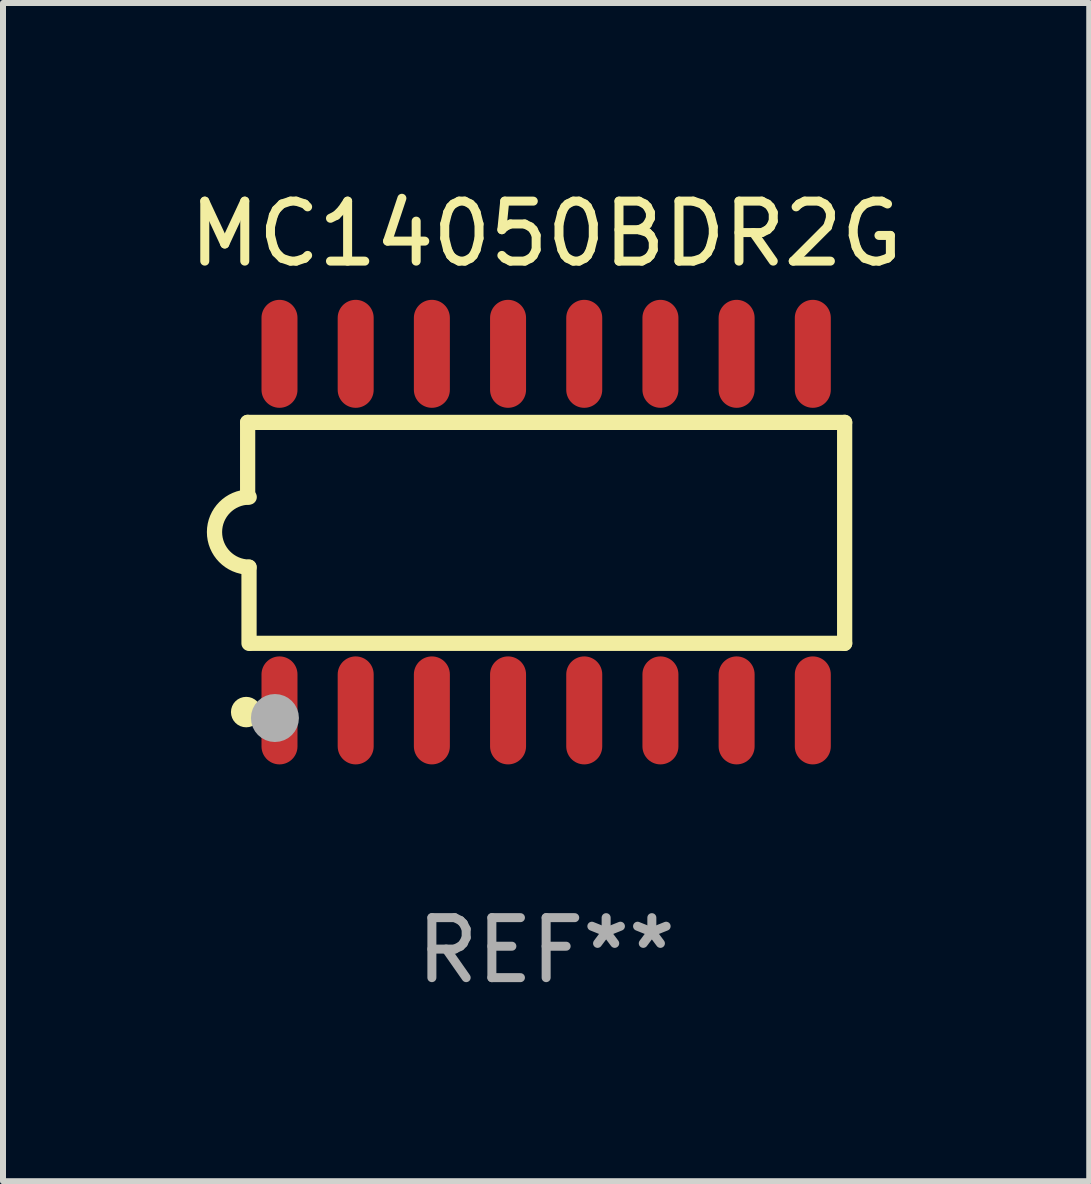
<source format=kicad_pcb>
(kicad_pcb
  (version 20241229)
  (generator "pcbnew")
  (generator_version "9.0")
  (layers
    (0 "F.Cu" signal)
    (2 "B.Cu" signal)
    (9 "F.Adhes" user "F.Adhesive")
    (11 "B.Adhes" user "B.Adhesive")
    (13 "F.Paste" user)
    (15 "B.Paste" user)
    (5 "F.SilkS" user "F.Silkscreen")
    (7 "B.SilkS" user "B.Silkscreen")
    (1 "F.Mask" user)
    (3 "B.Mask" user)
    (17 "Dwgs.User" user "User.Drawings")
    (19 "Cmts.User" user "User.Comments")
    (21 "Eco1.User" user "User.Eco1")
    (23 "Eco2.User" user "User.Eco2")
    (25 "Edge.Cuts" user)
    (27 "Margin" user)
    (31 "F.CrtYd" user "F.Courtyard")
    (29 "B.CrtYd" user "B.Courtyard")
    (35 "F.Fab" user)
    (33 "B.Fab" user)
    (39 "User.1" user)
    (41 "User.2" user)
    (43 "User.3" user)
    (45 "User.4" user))
  (footprint "MC14050BDR2G"
    (layer "F.Cu")
    (at 6.054 5.82)
    (property "Reference" "MC14050BDR2G" (at 0 -4.972 0) (layer "F.SilkS") (effects (font (size 1 1) (thickness 0.15))))
    (attr through_hole)
    (fp_line (start -4.976 -1.829) (end -4.976 -0.584) (stroke (width 0.254) (type solid)) (layer "F.SilkS"))
    (fp_line (start -4.953 0.584) (end -4.953 1.854) (stroke (width 0.254) (type solid)) (layer "F.SilkS"))
    (fp_line (start -4.928 1.854) (end 4.976 1.854) (stroke (width 0.254) (type solid)) (layer "F.SilkS"))
    (fp_line (start 4.976 -1.829) (end -4.976 -1.829) (stroke (width 0.254) (type solid)) (layer "F.SilkS"))
    (fp_line (start 4.976 1.854) (end 4.976 -1.829) (stroke (width 0.254) (type solid)) (layer "F.SilkS"))
    (fp_arc (start -4.95301 0.584201) (mid -5.533866 -0.00152) (end -4.950088 -0.584329) (stroke (width 0.254001) (type solid)) (layer "F.SilkS"))
    (fp_circle (center -5 3) (end -4.873 3) (stroke (width 0.254) (type solid)) (fill no) (layer "F.SilkS"))
    (fp_circle (center -4.521 3.099) (end -4.321 3.099) (stroke (width 0.4) (type solid)) (fill no) (layer "F.Fab"))
    (fp_text user "REF**" (at 0 6.972 0) (layer "F.Fab") (effects (font (size 1 1) (thickness 0.15))))
    (pad "1" smd oval (at -4.445 2.972 180) (size 0.6 1.8) (layers "F.Cu" "F.Mask" "F.Paste"))
    (pad "2" smd oval (at -3.175 2.972 180) (size 0.6 1.8) (layers "F.Cu" "F.Mask" "F.Paste"))
    (pad "3" smd oval (at -1.905 2.972 180) (size 0.6 1.8) (layers "F.Cu" "F.Mask" "F.Paste"))
    (pad "4" smd oval (at -0.635 2.972 180) (size 0.6 1.8) (layers "F.Cu" "F.Mask" "F.Paste"))
    (pad "5" smd oval (at 0.635 2.972 180) (size 0.6 1.8) (layers "F.Cu" "F.Mask" "F.Paste"))
    (pad "6" smd oval (at 1.905 2.972 180) (size 0.6 1.8) (layers "F.Cu" "F.Mask" "F.Paste"))
    (pad "7" smd oval (at 3.175 2.972 180) (size 0.6 1.8) (layers "F.Cu" "F.Mask" "F.Paste"))
    (pad "8" smd oval (at 4.445 2.972 180) (size 0.6 1.8) (layers "F.Cu" "F.Mask" "F.Paste"))
    (pad "9" smd oval (at 4.445 -2.972 180) (size 0.6 1.8) (layers "F.Cu" "F.Mask" "F.Paste"))
    (pad "10" smd oval (at 3.175 -2.972 180) (size 0.6 1.8) (layers "F.Cu" "F.Mask" "F.Paste"))
    (pad "11" smd oval (at 1.905 -2.972 180) (size 0.6 1.8) (layers "F.Cu" "F.Mask" "F.Paste"))
    (pad "12" smd oval (at 0.635 -2.972 180) (size 0.6 1.8) (layers "F.Cu" "F.Mask" "F.Paste"))
    (pad "13" smd oval (at -0.635 -2.972 180) (size 0.6 1.8) (layers "F.Cu" "F.Mask" "F.Paste"))
    (pad "14" smd oval (at -1.905 -2.972 180) (size 0.6 1.8) (layers "F.Cu" "F.Mask" "F.Paste"))
    (pad "15" smd oval (at -3.175 -2.972 180) (size 0.6 1.8) (layers "F.Cu" "F.Mask" "F.Paste"))
    (pad "16" smd oval (at -4.445 -2.972 180) (size 0.6 1.8) (layers "F.Cu" "F.Mask" "F.Paste")))
  (gr_rect
    (start -3 -3)
    (end 15.107 16.64)
    (stroke (width 0.1) (type default))
    (fill no)
    (layer "Edge.Cuts")))
</source>
